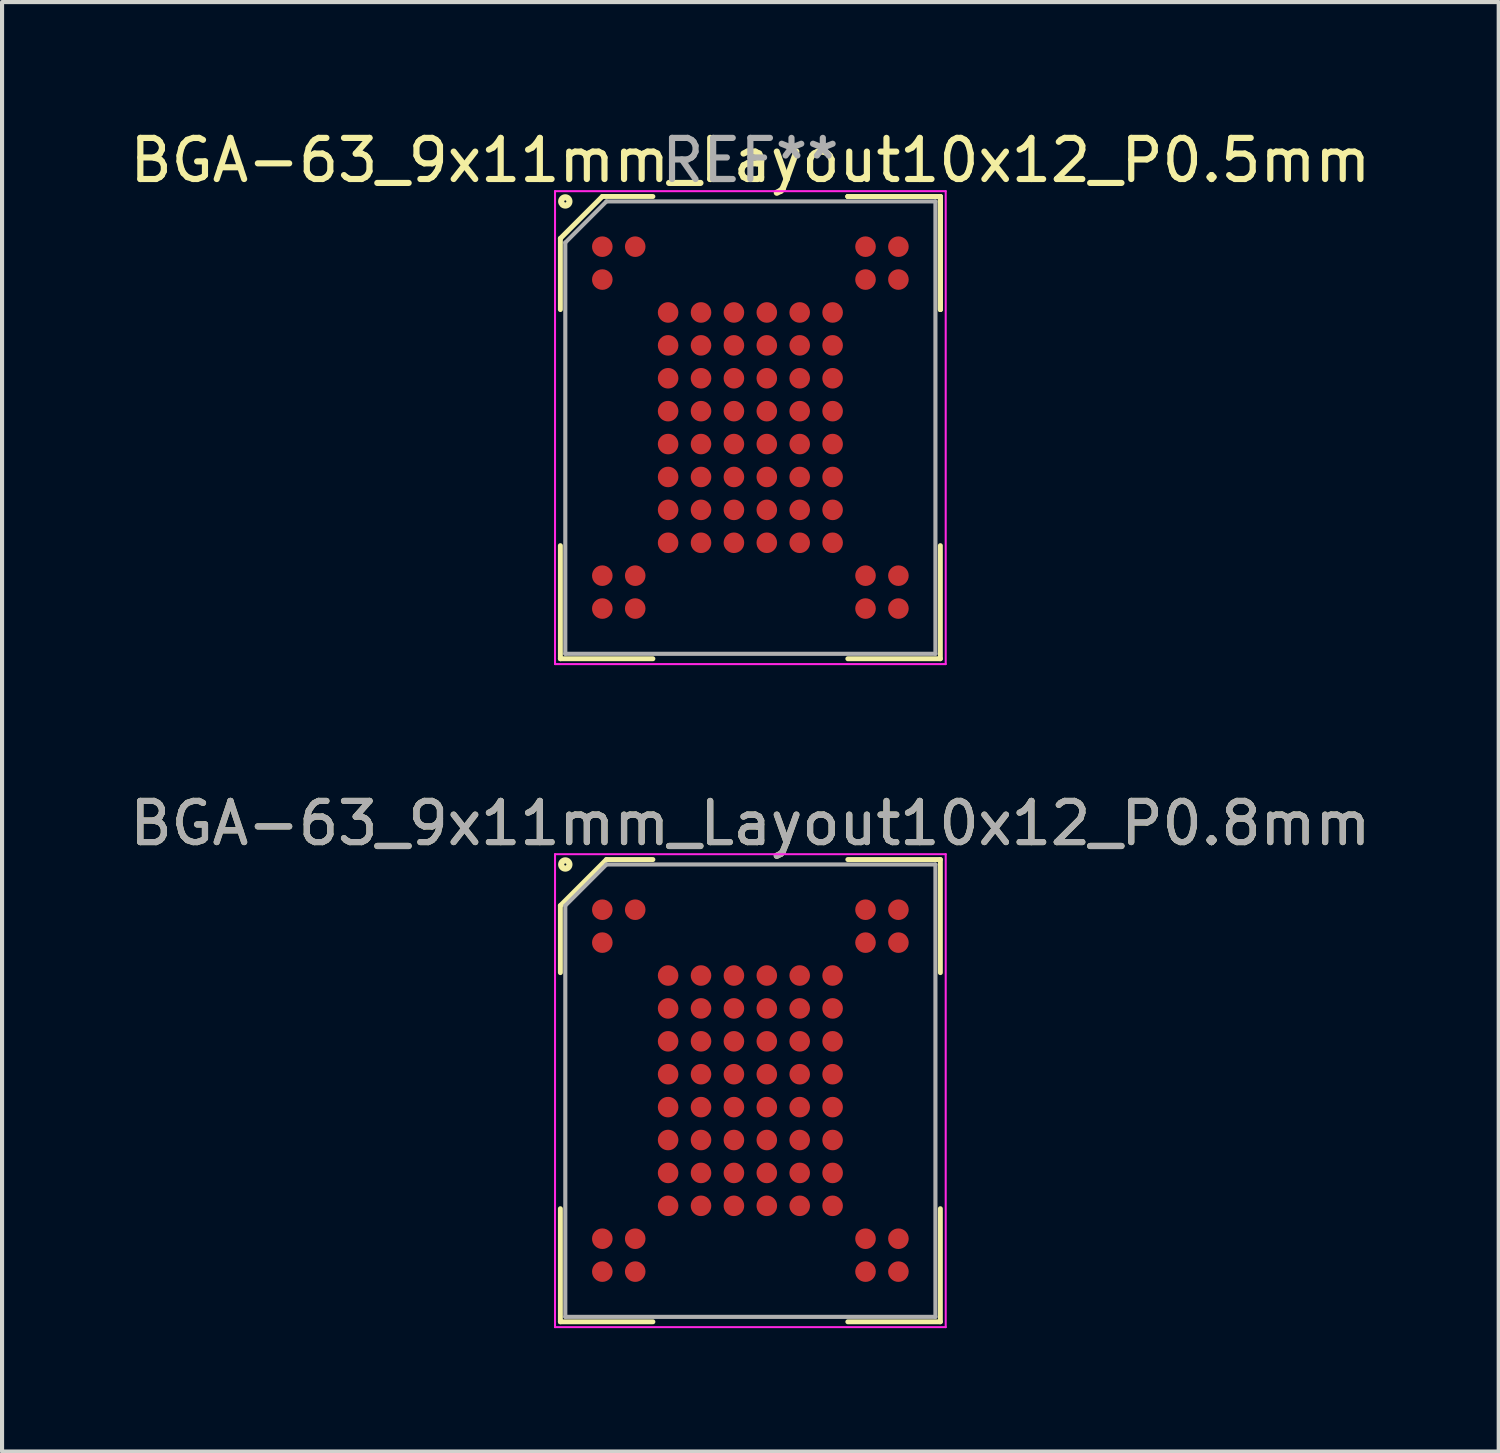
<source format=kicad_pcb>
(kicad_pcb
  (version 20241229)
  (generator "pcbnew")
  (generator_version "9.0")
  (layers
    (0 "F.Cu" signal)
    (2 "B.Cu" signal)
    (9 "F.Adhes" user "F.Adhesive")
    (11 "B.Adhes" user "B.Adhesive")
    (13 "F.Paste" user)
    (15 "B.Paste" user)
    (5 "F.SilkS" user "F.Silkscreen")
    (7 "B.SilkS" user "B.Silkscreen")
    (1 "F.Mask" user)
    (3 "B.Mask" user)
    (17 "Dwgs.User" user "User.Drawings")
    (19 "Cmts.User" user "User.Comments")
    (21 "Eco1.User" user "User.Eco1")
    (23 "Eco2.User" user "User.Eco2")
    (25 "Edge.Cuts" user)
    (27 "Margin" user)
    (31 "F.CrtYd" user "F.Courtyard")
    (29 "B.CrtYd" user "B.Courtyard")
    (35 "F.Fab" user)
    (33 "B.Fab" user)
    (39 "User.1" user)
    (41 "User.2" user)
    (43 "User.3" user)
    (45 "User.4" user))
  (footprint "BGA-63_9x11mm_Layout10x12_P0.8mm"
    (layer "F.Cu")
    (at 15.196 23.471)
    (property "Reference" "BGA-63_9x11mm_Layout10x12_P0.8mm" (at 0 -6.5 0) (layer "F.SilkS") (effects (font (size 1 1) (thickness 0.15))))
    (attr smd)
    (fp_line (start -4.62 -4.5) (end -4.62 -2.87) (stroke (width 0.12) (type solid)) (layer "F.SilkS"))
    (fp_line (start -4.62 5.62) (end -4.62 2.87) (stroke (width 0.12) (type solid)) (layer "F.SilkS"))
    (fp_line (start -3.5 -5.62) (end -4.62 -4.5) (stroke (width 0.12) (type solid)) (layer "F.SilkS"))
    (fp_line (start -2.37 -5.62) (end -3.5 -5.62) (stroke (width 0.12) (type solid)) (layer "F.SilkS"))
    (fp_line (start -2.37 5.62) (end -4.62 5.62) (stroke (width 0.12) (type solid)) (layer "F.SilkS"))
    (fp_line (start 2.37 -5.62) (end 4.62 -5.62) (stroke (width 0.12) (type solid)) (layer "F.SilkS"))
    (fp_line (start 2.37 5.62) (end 4.62 5.62) (stroke (width 0.12) (type solid)) (layer "F.SilkS"))
    (fp_line (start 4.62 -5.62) (end 4.62 -2.87) (stroke (width 0.12) (type solid)) (layer "F.SilkS"))
    (fp_line (start 4.62 5.62) (end 4.62 2.87) (stroke (width 0.12) (type solid)) (layer "F.SilkS"))
    (fp_circle (center -4.5 -5.5) (end -4.4 -5.5) (stroke (width 0.15) (type solid)) (fill no) (layer "F.SilkS"))
    (fp_line (start -4.75 -5.75) (end 4.75 -5.75) (stroke (width 0.05) (type solid)) (layer "F.CrtYd"))
    (fp_line (start -4.75 5.75) (end -4.75 -5.75) (stroke (width 0.05) (type solid)) (layer "F.CrtYd"))
    (fp_line (start 4.75 -5.75) (end 4.75 5.75) (stroke (width 0.05) (type solid)) (layer "F.CrtYd"))
    (fp_line (start 4.75 5.75) (end -4.75 5.75) (stroke (width 0.05) (type solid)) (layer "F.CrtYd"))
    (fp_line (start -4.5 -4.5) (end -4.5 5.5) (stroke (width 0.1) (type solid)) (layer "F.Fab"))
    (fp_line (start -4.5 5.5) (end 4.5 5.5) (stroke (width 0.1) (type solid)) (layer "F.Fab"))
    (fp_line (start -3.5 -5.5) (end -4.5 -4.5) (stroke (width 0.1) (type solid)) (layer "F.Fab"))
    (fp_line (start 4.5 -5.5) (end -3.5 -5.5) (stroke (width 0.1) (type solid)) (layer "F.Fab"))
    (fp_line (start 4.5 5.5) (end 4.5 -5.5) (stroke (width 0.1) (type solid)) (layer "F.Fab"))
    (fp_text user "${REFERENCE}" (at 0 -6.5 0) (layer "F.Fab") (effects (font (size 1 1) (thickness 0.15))))
    (pad "A1" smd circle (at -3.6 -4.4) (size 0.5 0.5) (layers "F.Cu" "F.Mask" "F.Paste"))
    (pad "A2" smd circle (at -2.8 -4.4) (size 0.5 0.5) (layers "F.Cu" "F.Mask" "F.Paste"))
    (pad "A9" smd circle (at 2.8 -4.4) (size 0.5 0.5) (layers "F.Cu" "F.Mask" "F.Paste"))
    (pad "A10" smd circle (at 3.6 -4.4) (size 0.5 0.5) (layers "F.Cu" "F.Mask" "F.Paste"))
    (pad "B1" smd circle (at -3.6 -3.6) (size 0.5 0.5) (layers "F.Cu" "F.Mask" "F.Paste"))
    (pad "B9" smd circle (at 2.8 -3.6) (size 0.5 0.5) (layers "F.Cu" "F.Mask" "F.Paste"))
    (pad "B10" smd circle (at 3.6 -3.6) (size 0.5 0.5) (layers "F.Cu" "F.Mask" "F.Paste"))
    (pad "C3" smd circle (at -2 -2.8) (size 0.5 0.5) (layers "F.Cu" "F.Mask" "F.Paste"))
    (pad "C4" smd circle (at -1.2 -2.8) (size 0.5 0.5) (layers "F.Cu" "F.Mask" "F.Paste"))
    (pad "C5" smd circle (at -0.4 -2.8) (size 0.5 0.5) (layers "F.Cu" "F.Mask" "F.Paste"))
    (pad "C6" smd circle (at 0.4 -2.8) (size 0.5 0.5) (layers "F.Cu" "F.Mask" "F.Paste"))
    (pad "C7" smd circle (at 1.2 -2.8) (size 0.5 0.5) (layers "F.Cu" "F.Mask" "F.Paste"))
    (pad "C8" smd circle (at 2 -2.8) (size 0.5 0.5) (layers "F.Cu" "F.Mask" "F.Paste"))
    (pad "D3" smd circle (at -2 -2) (size 0.5 0.5) (layers "F.Cu" "F.Mask" "F.Paste"))
    (pad "D4" smd circle (at -1.2 -2) (size 0.5 0.5) (layers "F.Cu" "F.Mask" "F.Paste"))
    (pad "D5" smd circle (at -0.4 -2) (size 0.5 0.5) (layers "F.Cu" "F.Mask" "F.Paste"))
    (pad "D6" smd circle (at 0.4 -2) (size 0.5 0.5) (layers "F.Cu" "F.Mask" "F.Paste"))
    (pad "D7" smd circle (at 1.2 -2) (size 0.5 0.5) (layers "F.Cu" "F.Mask" "F.Paste"))
    (pad "D8" smd circle (at 2 -2) (size 0.5 0.5) (layers "F.Cu" "F.Mask" "F.Paste"))
    (pad "E3" smd circle (at -2 -1.2) (size 0.5 0.5) (layers "F.Cu" "F.Mask" "F.Paste"))
    (pad "E4" smd circle (at -1.2 -1.2) (size 0.5 0.5) (layers "F.Cu" "F.Mask" "F.Paste"))
    (pad "E5" smd circle (at -0.4 -1.2) (size 0.5 0.5) (layers "F.Cu" "F.Mask" "F.Paste"))
    (pad "E6" smd circle (at 0.4 -1.2) (size 0.5 0.5) (layers "F.Cu" "F.Mask" "F.Paste"))
    (pad "E7" smd circle (at 1.2 -1.2) (size 0.5 0.5) (layers "F.Cu" "F.Mask" "F.Paste"))
    (pad "E8" smd circle (at 2 -1.2) (size 0.5 0.5) (layers "F.Cu" "F.Mask" "F.Paste"))
    (pad "F3" smd circle (at -2 -0.4) (size 0.5 0.5) (layers "F.Cu" "F.Mask" "F.Paste"))
    (pad "F4" smd circle (at -1.2 -0.4) (size 0.5 0.5) (layers "F.Cu" "F.Mask" "F.Paste"))
    (pad "F5" smd circle (at -0.4 -0.4) (size 0.5 0.5) (layers "F.Cu" "F.Mask" "F.Paste"))
    (pad "F6" smd circle (at 0.4 -0.4) (size 0.5 0.5) (layers "F.Cu" "F.Mask" "F.Paste"))
    (pad "F7" smd circle (at 1.2 -0.4) (size 0.5 0.5) (layers "F.Cu" "F.Mask" "F.Paste"))
    (pad "F8" smd circle (at 2 -0.4) (size 0.5 0.5) (layers "F.Cu" "F.Mask" "F.Paste"))
    (pad "G3" smd circle (at -2 0.4) (size 0.5 0.5) (layers "F.Cu" "F.Mask" "F.Paste"))
    (pad "G4" smd circle (at -1.2 0.4) (size 0.5 0.5) (layers "F.Cu" "F.Mask" "F.Paste"))
    (pad "G5" smd circle (at -0.4 0.4) (size 0.5 0.5) (layers "F.Cu" "F.Mask" "F.Paste"))
    (pad "G6" smd circle (at 0.4 0.4) (size 0.5 0.5) (layers "F.Cu" "F.Mask" "F.Paste"))
    (pad "G7" smd circle (at 1.2 0.4) (size 0.5 0.5) (layers "F.Cu" "F.Mask" "F.Paste"))
    (pad "G8" smd circle (at 2 0.4) (size 0.5 0.5) (layers "F.Cu" "F.Mask" "F.Paste"))
    (pad "H3" smd circle (at -2 1.2) (size 0.5 0.5) (layers "F.Cu" "F.Mask" "F.Paste"))
    (pad "H4" smd circle (at -1.2 1.2) (size 0.5 0.5) (layers "F.Cu" "F.Mask" "F.Paste"))
    (pad "H5" smd circle (at -0.4 1.2) (size 0.5 0.5) (layers "F.Cu" "F.Mask" "F.Paste"))
    (pad "H6" smd circle (at 0.4 1.2) (size 0.5 0.5) (layers "F.Cu" "F.Mask" "F.Paste"))
    (pad "H7" smd circle (at 1.2 1.2) (size 0.5 0.5) (layers "F.Cu" "F.Mask" "F.Paste"))
    (pad "H8" smd circle (at 2 1.2) (size 0.5 0.5) (layers "F.Cu" "F.Mask" "F.Paste"))
    (pad "J3" smd circle (at -2 2) (size 0.5 0.5) (layers "F.Cu" "F.Mask" "F.Paste"))
    (pad "J4" smd circle (at -1.2 2) (size 0.5 0.5) (layers "F.Cu" "F.Mask" "F.Paste"))
    (pad "J5" smd circle (at -0.4 2) (size 0.5 0.5) (layers "F.Cu" "F.Mask" "F.Paste"))
    (pad "J6" smd circle (at 0.4 2) (size 0.5 0.5) (layers "F.Cu" "F.Mask" "F.Paste"))
    (pad "J7" smd circle (at 1.2 2) (size 0.5 0.5) (layers "F.Cu" "F.Mask" "F.Paste"))
    (pad "J8" smd circle (at 2 2) (size 0.5 0.5) (layers "F.Cu" "F.Mask" "F.Paste"))
    (pad "K3" smd circle (at -2 2.8) (size 0.5 0.5) (layers "F.Cu" "F.Mask" "F.Paste"))
    (pad "K4" smd circle (at -1.2 2.8) (size 0.5 0.5) (layers "F.Cu" "F.Mask" "F.Paste"))
    (pad "K5" smd circle (at -0.4 2.8) (size 0.5 0.5) (layers "F.Cu" "F.Mask" "F.Paste"))
    (pad "K6" smd circle (at 0.4 2.8) (size 0.5 0.5) (layers "F.Cu" "F.Mask" "F.Paste"))
    (pad "K7" smd circle (at 1.2 2.8) (size 0.5 0.5) (layers "F.Cu" "F.Mask" "F.Paste"))
    (pad "K8" smd circle (at 2 2.8) (size 0.5 0.5) (layers "F.Cu" "F.Mask" "F.Paste"))
    (pad "L1" smd circle (at -3.6 3.6) (size 0.5 0.5) (layers "F.Cu" "F.Mask" "F.Paste"))
    (pad "L2" smd circle (at -2.8 3.6) (size 0.5 0.5) (layers "F.Cu" "F.Mask" "F.Paste"))
    (pad "L9" smd circle (at 2.8 3.6) (size 0.5 0.5) (layers "F.Cu" "F.Mask" "F.Paste"))
    (pad "L10" smd circle (at 3.6 3.6) (size 0.5 0.5) (layers "F.Cu" "F.Mask" "F.Paste"))
    (pad "M1" smd circle (at -3.6 4.4) (size 0.5 0.5) (layers "F.Cu" "F.Mask" "F.Paste"))
    (pad "M2" smd circle (at -2.8 4.4) (size 0.5 0.5) (layers "F.Cu" "F.Mask" "F.Paste"))
    (pad "M9" smd circle (at 2.8 4.4) (size 0.5 0.5) (layers "F.Cu" "F.Mask" "F.Paste"))
    (pad "M10" smd circle (at 3.6 4.4) (size 0.5 0.5) (layers "F.Cu" "F.Mask" "F.Paste")))
  (footprint "BGA-63_9x11mm_Layout10x12_P0.5mm"
    (layer "F.Cu")
    (at 15.196 7.348)
    (property "Reference" "BGA-63_9x11mm_Layout10x12_P0.5mm" (at 0 -6.5 0) (layer "F.SilkS") (effects (font (size 1 1) (thickness 0.15))))
    (attr smd)
    (fp_line (start -4.62 -4.6) (end -4.62 -2.87) (stroke (width 0.12) (type solid)) (layer "F.SilkS"))
    (fp_line (start -4.62 5.62) (end -4.62 2.87) (stroke (width 0.12) (type solid)) (layer "F.SilkS"))
    (fp_line (start -3.6 -5.62) (end -4.62 -4.6) (stroke (width 0.12) (type solid)) (layer "F.SilkS"))
    (fp_line (start -2.37 -5.62) (end -3.6 -5.62) (stroke (width 0.12) (type solid)) (layer "F.SilkS"))
    (fp_line (start -2.37 5.62) (end -4.62 5.62) (stroke (width 0.12) (type solid)) (layer "F.SilkS"))
    (fp_line (start 2.37 -5.62) (end 4.62 -5.62) (stroke (width 0.12) (type solid)) (layer "F.SilkS"))
    (fp_line (start 2.37 -5.62) (end 4.62 -5.62) (stroke (width 0.12) (type solid)) (layer "F.SilkS"))
    (fp_line (start 2.37 -5.62) (end 4.62 -5.62) (stroke (width 0.12) (type solid)) (layer "F.SilkS"))
    (fp_line (start 2.37 5.62) (end 4.62 5.62) (stroke (width 0.12) (type solid)) (layer "F.SilkS"))
    (fp_line (start 4.62 -5.62) (end 4.62 -2.87) (stroke (width 0.12) (type solid)) (layer "F.SilkS"))
    (fp_line (start 4.62 -5.62) (end 4.62 -2.87) (stroke (width 0.12) (type solid)) (layer "F.SilkS"))
    (fp_line (start 4.62 -5.62) (end 4.62 -2.87) (stroke (width 0.12) (type solid)) (layer "F.SilkS"))
    (fp_line (start 4.62 5.62) (end 4.62 2.87) (stroke (width 0.12) (type solid)) (layer "F.SilkS"))
    (fp_circle (center -4.5 -5.5) (end -4.4 -5.5) (stroke (width 0.15) (type solid)) (fill no) (layer "F.SilkS"))
    (fp_line (start -4.75 -5.75) (end 4.75 -5.75) (stroke (width 0.05) (type solid)) (layer "F.CrtYd"))
    (fp_line (start -4.75 5.75) (end -4.75 -5.75) (stroke (width 0.05) (type solid)) (layer "F.CrtYd"))
    (fp_line (start 4.75 -5.75) (end 4.75 5.75) (stroke (width 0.05) (type solid)) (layer "F.CrtYd"))
    (fp_line (start 4.75 5.75) (end -4.75 5.75) (stroke (width 0.05) (type solid)) (layer "F.CrtYd"))
    (fp_line (start -4.5 -4.5) (end -4.5 5.5) (stroke (width 0.1) (type solid)) (layer "F.Fab"))
    (fp_line (start -4.5 5.5) (end 4.5 5.5) (stroke (width 0.1) (type solid)) (layer "F.Fab"))
    (fp_line (start -3.5 -5.5) (end -4.5 -4.5) (stroke (width 0.1) (type solid)) (layer "F.Fab"))
    (fp_line (start 4.5 -5.5) (end -3.5 -5.5) (stroke (width 0.1) (type solid)) (layer "F.Fab"))
    (fp_line (start 4.5 5.5) (end 4.5 -5.5) (stroke (width 0.1) (type solid)) (layer "F.Fab"))
    (fp_text user "REF**" (at 0 -6.5 0) (layer "F.Fab") (effects (font (size 1 1) (thickness 0.15))))
    (pad "A1" smd circle (at -3.6 -4.4) (size 0.5 0.5) (layers "F.Cu" "F.Mask" "F.Paste"))
    (pad "A2" smd circle (at -2.8 -4.4) (size 0.5 0.5) (layers "F.Cu" "F.Mask" "F.Paste"))
    (pad "A9" smd circle (at 2.8 -4.4) (size 0.5 0.5) (layers "F.Cu" "F.Mask" "F.Paste"))
    (pad "A10" smd circle (at 3.6 -4.4) (size 0.5 0.5) (layers "F.Cu" "F.Mask" "F.Paste"))
    (pad "B1" smd circle (at -3.6 -3.6) (size 0.5 0.5) (layers "F.Cu" "F.Mask" "F.Paste"))
    (pad "B9" smd circle (at 2.8 -3.6) (size 0.5 0.5) (layers "F.Cu" "F.Mask" "F.Paste"))
    (pad "B10" smd circle (at 3.6 -3.6) (size 0.5 0.5) (layers "F.Cu" "F.Mask" "F.Paste"))
    (pad "C3" smd circle (at -2 -2.8) (size 0.5 0.5) (layers "F.Cu" "F.Mask" "F.Paste"))
    (pad "C4" smd circle (at -1.2 -2.8) (size 0.5 0.5) (layers "F.Cu" "F.Mask" "F.Paste"))
    (pad "C5" smd circle (at -0.4 -2.8) (size 0.5 0.5) (layers "F.Cu" "F.Mask" "F.Paste"))
    (pad "C6" smd circle (at 0.4 -2.8) (size 0.5 0.5) (layers "F.Cu" "F.Mask" "F.Paste"))
    (pad "C7" smd circle (at 1.2 -2.8) (size 0.5 0.5) (layers "F.Cu" "F.Mask" "F.Paste"))
    (pad "C8" smd circle (at 2 -2.8) (size 0.5 0.5) (layers "F.Cu" "F.Mask" "F.Paste"))
    (pad "D3" smd circle (at -2 -2) (size 0.5 0.5) (layers "F.Cu" "F.Mask" "F.Paste"))
    (pad "D4" smd circle (at -1.2 -2) (size 0.5 0.5) (layers "F.Cu" "F.Mask" "F.Paste"))
    (pad "D5" smd circle (at -0.4 -2) (size 0.5 0.5) (layers "F.Cu" "F.Mask" "F.Paste"))
    (pad "D6" smd circle (at 0.4 -2) (size 0.5 0.5) (layers "F.Cu" "F.Mask" "F.Paste"))
    (pad "D7" smd circle (at 1.2 -2) (size 0.5 0.5) (layers "F.Cu" "F.Mask" "F.Paste"))
    (pad "D8" smd circle (at 2 -2) (size 0.5 0.5) (layers "F.Cu" "F.Mask" "F.Paste"))
    (pad "E3" smd circle (at -2 -1.2) (size 0.5 0.5) (layers "F.Cu" "F.Mask" "F.Paste"))
    (pad "E4" smd circle (at -1.2 -1.2) (size 0.5 0.5) (layers "F.Cu" "F.Mask" "F.Paste"))
    (pad "E5" smd circle (at -0.4 -1.2) (size 0.5 0.5) (layers "F.Cu" "F.Mask" "F.Paste"))
    (pad "E6" smd circle (at 0.4 -1.2) (size 0.5 0.5) (layers "F.Cu" "F.Mask" "F.Paste"))
    (pad "E7" smd circle (at 1.2 -1.2) (size 0.5 0.5) (layers "F.Cu" "F.Mask" "F.Paste"))
    (pad "E8" smd circle (at 2 -1.2) (size 0.5 0.5) (layers "F.Cu" "F.Mask" "F.Paste"))
    (pad "F3" smd circle (at -2 -0.4) (size 0.5 0.5) (layers "F.Cu" "F.Mask" "F.Paste"))
    (pad "F4" smd circle (at -1.2 -0.4) (size 0.5 0.5) (layers "F.Cu" "F.Mask" "F.Paste"))
    (pad "F5" smd circle (at -0.4 -0.4) (size 0.5 0.5) (layers "F.Cu" "F.Mask" "F.Paste"))
    (pad "F6" smd circle (at 0.4 -0.4) (size 0.5 0.5) (layers "F.Cu" "F.Mask" "F.Paste"))
    (pad "F7" smd circle (at 1.2 -0.4) (size 0.5 0.5) (layers "F.Cu" "F.Mask" "F.Paste"))
    (pad "F8" smd circle (at 2 -0.4) (size 0.5 0.5) (layers "F.Cu" "F.Mask" "F.Paste"))
    (pad "G3" smd circle (at -2 0.4) (size 0.5 0.5) (layers "F.Cu" "F.Mask" "F.Paste"))
    (pad "G4" smd circle (at -1.2 0.4) (size 0.5 0.5) (layers "F.Cu" "F.Mask" "F.Paste"))
    (pad "G5" smd circle (at -0.4 0.4) (size 0.5 0.5) (layers "F.Cu" "F.Mask" "F.Paste"))
    (pad "G6" smd circle (at 0.4 0.4) (size 0.5 0.5) (layers "F.Cu" "F.Mask" "F.Paste"))
    (pad "G7" smd circle (at 1.2 0.4) (size 0.5 0.5) (layers "F.Cu" "F.Mask" "F.Paste"))
    (pad "G8" smd circle (at 2 0.4) (size 0.5 0.5) (layers "F.Cu" "F.Mask" "F.Paste"))
    (pad "H3" smd circle (at -2 1.2) (size 0.5 0.5) (layers "F.Cu" "F.Mask" "F.Paste"))
    (pad "H4" smd circle (at -1.2 1.2) (size 0.5 0.5) (layers "F.Cu" "F.Mask" "F.Paste"))
    (pad "H5" smd circle (at -0.4 1.2) (size 0.5 0.5) (layers "F.Cu" "F.Mask" "F.Paste"))
    (pad "H6" smd circle (at 0.4 1.2) (size 0.5 0.5) (layers "F.Cu" "F.Mask" "F.Paste"))
    (pad "H7" smd circle (at 1.2 1.2) (size 0.5 0.5) (layers "F.Cu" "F.Mask" "F.Paste"))
    (pad "H8" smd circle (at 2 1.2) (size 0.5 0.5) (layers "F.Cu" "F.Mask" "F.Paste"))
    (pad "J3" smd circle (at -2 2) (size 0.5 0.5) (layers "F.Cu" "F.Mask" "F.Paste"))
    (pad "J4" smd circle (at -1.2 2) (size 0.5 0.5) (layers "F.Cu" "F.Mask" "F.Paste"))
    (pad "J5" smd circle (at -0.4 2) (size 0.5 0.5) (layers "F.Cu" "F.Mask" "F.Paste"))
    (pad "J6" smd circle (at 0.4 2) (size 0.5 0.5) (layers "F.Cu" "F.Mask" "F.Paste"))
    (pad "J7" smd circle (at 1.2 2) (size 0.5 0.5) (layers "F.Cu" "F.Mask" "F.Paste"))
    (pad "J8" smd circle (at 2 2) (size 0.5 0.5) (layers "F.Cu" "F.Mask" "F.Paste"))
    (pad "K3" smd circle (at -2 2.8) (size 0.5 0.5) (layers "F.Cu" "F.Mask" "F.Paste"))
    (pad "K4" smd circle (at -1.2 2.8) (size 0.5 0.5) (layers "F.Cu" "F.Mask" "F.Paste"))
    (pad "K5" smd circle (at -0.4 2.8) (size 0.5 0.5) (layers "F.Cu" "F.Mask" "F.Paste"))
    (pad "K6" smd circle (at 0.4 2.8) (size 0.5 0.5) (layers "F.Cu" "F.Mask" "F.Paste"))
    (pad "K7" smd circle (at 1.2 2.8) (size 0.5 0.5) (layers "F.Cu" "F.Mask" "F.Paste"))
    (pad "K8" smd circle (at 2 2.8) (size 0.5 0.5) (layers "F.Cu" "F.Mask" "F.Paste"))
    (pad "L1" smd circle (at -3.6 3.6) (size 0.5 0.5) (layers "F.Cu" "F.Mask" "F.Paste"))
    (pad "L2" smd circle (at -2.8 3.6) (size 0.5 0.5) (layers "F.Cu" "F.Mask" "F.Paste"))
    (pad "L9" smd circle (at 2.8 3.6) (size 0.5 0.5) (layers "F.Cu" "F.Mask" "F.Paste"))
    (pad "L10" smd circle (at 3.6 3.6) (size 0.5 0.5) (layers "F.Cu" "F.Mask" "F.Paste"))
    (pad "M1" smd circle (at -3.6 4.4) (size 0.5 0.5) (layers "F.Cu" "F.Mask" "F.Paste"))
    (pad "M2" smd circle (at -2.8 4.4) (size 0.5 0.5) (layers "F.Cu" "F.Mask" "F.Paste"))
    (pad "M9" smd circle (at 2.8 4.4) (size 0.5 0.5) (layers "F.Cu" "F.Mask" "F.Paste"))
    (pad "M10" smd circle (at 3.6 4.4) (size 0.5 0.5) (layers "F.Cu" "F.Mask" "F.Paste")))
  (gr_rect
    (start -3 -3)
    (end 33.393 32.246)
    (stroke (width 0.1) (type default))
    (fill no)
    (layer "Edge.Cuts")))
</source>
